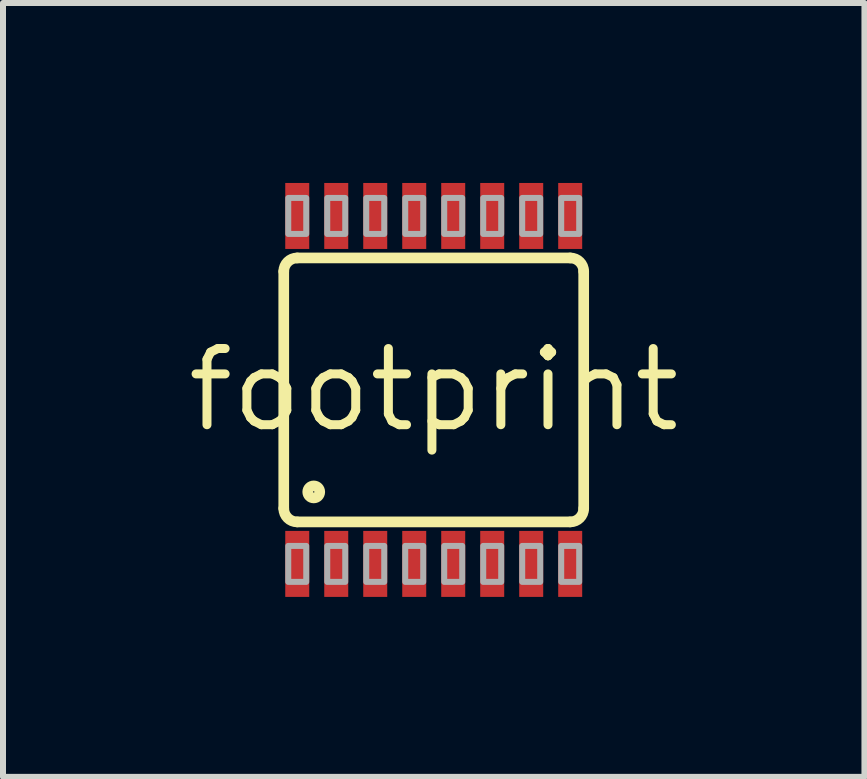
<source format=kicad_pcb>
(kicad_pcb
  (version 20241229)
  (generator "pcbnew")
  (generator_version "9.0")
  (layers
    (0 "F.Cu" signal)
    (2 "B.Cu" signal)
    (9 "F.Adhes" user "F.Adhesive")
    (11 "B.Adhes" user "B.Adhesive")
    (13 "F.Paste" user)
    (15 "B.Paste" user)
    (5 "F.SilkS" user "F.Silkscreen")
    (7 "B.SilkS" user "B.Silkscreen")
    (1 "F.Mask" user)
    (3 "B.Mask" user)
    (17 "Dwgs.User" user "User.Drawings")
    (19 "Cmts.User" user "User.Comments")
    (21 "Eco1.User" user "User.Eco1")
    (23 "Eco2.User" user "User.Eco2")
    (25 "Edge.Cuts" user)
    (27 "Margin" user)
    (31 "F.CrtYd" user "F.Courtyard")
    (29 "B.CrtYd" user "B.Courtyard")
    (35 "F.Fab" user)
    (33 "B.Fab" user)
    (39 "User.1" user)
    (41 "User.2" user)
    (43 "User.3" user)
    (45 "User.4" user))
  (footprint "footprint"
    (layer "F.Cu")
    (at 4.18 3.45)
    (property "Reference" "footprint" (at 0 0 0) (layer "F.SilkS") (effects (font (size 1.27 1.27) (thickness 0.15))))
    (fp_line (start -2.5 1.976) (end -2.5 -1.976) (stroke (width 0.178) (type solid)) (layer "F.SilkS"))
    (fp_line (start -2.276 -2.2) (end 2.276 -2.2) (stroke (width 0.178) (type solid)) (layer "F.SilkS"))
    (fp_line (start 2.276 2.2) (end -2.276 2.2) (stroke (width 0.178) (type solid)) (layer "F.SilkS"))
    (fp_line (start 2.5 -1.976) (end 2.5 1.976) (stroke (width 0.178) (type solid)) (layer "F.SilkS"))
    (fp_arc (start -2.5 -1.9764) (mid -2.434509 -2.134509) (end -2.2764 -2.2) (stroke (width 0.1778) (type solid)) (layer "F.SilkS"))
    (fp_arc (start -2.2764 2.2) (mid -2.434509 2.134509) (end -2.5 1.9764) (stroke (width 0.1778) (type solid)) (layer "F.SilkS"))
    (fp_arc (start 2.2764 -2.2) (mid 2.434509 -2.134509) (end 2.5 -1.9764) (stroke (width 0.1778) (type solid)) (layer "F.SilkS"))
    (fp_arc (start 2.5 1.9764) (mid 2.434509 2.134509) (end 2.2764 2.2) (stroke (width 0.1778) (type solid)) (layer "F.SilkS"))
    (fp_circle (center -2 1.7) (end -1.9 1.7) (stroke (width 0.178) (type solid)) (fill no) (layer "F.SilkS"))
    (fp_poly (pts (xy -2.425 3.2) (xy -2.125 3.2) (xy -2.125 2.6) (xy -2.425 2.6)) (stroke (width 0.1) (type solid)) (fill no) (layer "F.Fab"))
    (fp_poly (pts (xy -2.125 -3.2) (xy -2.425 -3.2) (xy -2.425 -2.6) (xy -2.125 -2.6)) (stroke (width 0.1) (type solid)) (fill no) (layer "F.Fab"))
    (fp_poly (pts (xy -1.775 3.2) (xy -1.475 3.2) (xy -1.475 2.6) (xy -1.775 2.6)) (stroke (width 0.1) (type solid)) (fill no) (layer "F.Fab"))
    (fp_poly (pts (xy -1.475 -3.2) (xy -1.775 -3.2) (xy -1.775 -2.6) (xy -1.475 -2.6)) (stroke (width 0.1) (type solid)) (fill no) (layer "F.Fab"))
    (fp_poly (pts (xy -1.125 3.2) (xy -0.825 3.2) (xy -0.825 2.6) (xy -1.125 2.6)) (stroke (width 0.1) (type solid)) (fill no) (layer "F.Fab"))
    (fp_poly (pts (xy -0.825 -3.2) (xy -1.125 -3.2) (xy -1.125 -2.6) (xy -0.825 -2.6)) (stroke (width 0.1) (type solid)) (fill no) (layer "F.Fab"))
    (fp_poly (pts (xy -0.475 3.2) (xy -0.175 3.2) (xy -0.175 2.6) (xy -0.475 2.6)) (stroke (width 0.1) (type solid)) (fill no) (layer "F.Fab"))
    (fp_poly (pts (xy -0.175 -3.2) (xy -0.475 -3.2) (xy -0.475 -2.6) (xy -0.175 -2.6)) (stroke (width 0.1) (type solid)) (fill no) (layer "F.Fab"))
    (fp_poly (pts (xy 0.175 3.2) (xy 0.475 3.2) (xy 0.475 2.6) (xy 0.175 2.6)) (stroke (width 0.1) (type solid)) (fill no) (layer "F.Fab"))
    (fp_poly (pts (xy 0.475 -3.2) (xy 0.175 -3.2) (xy 0.175 -2.6) (xy 0.475 -2.6)) (stroke (width 0.1) (type solid)) (fill no) (layer "F.Fab"))
    (fp_poly (pts (xy 0.825 3.2) (xy 1.125 3.2) (xy 1.125 2.6) (xy 0.825 2.6)) (stroke (width 0.1) (type solid)) (fill no) (layer "F.Fab"))
    (fp_poly (pts (xy 1.125 -3.2) (xy 0.825 -3.2) (xy 0.825 -2.6) (xy 1.125 -2.6)) (stroke (width 0.1) (type solid)) (fill no) (layer "F.Fab"))
    (fp_poly (pts (xy 1.475 3.2) (xy 1.775 3.2) (xy 1.775 2.6) (xy 1.475 2.6)) (stroke (width 0.1) (type solid)) (fill no) (layer "F.Fab"))
    (fp_poly (pts (xy 1.775 -3.2) (xy 1.475 -3.2) (xy 1.475 -2.6) (xy 1.775 -2.6)) (stroke (width 0.1) (type solid)) (fill no) (layer "F.Fab"))
    (fp_poly (pts (xy 2.125 3.2) (xy 2.425 3.2) (xy 2.425 2.6) (xy 2.125 2.6)) (stroke (width 0.1) (type solid)) (fill no) (layer "F.Fab"))
    (fp_poly (pts (xy 2.425 -3.2) (xy 2.125 -3.2) (xy 2.125 -2.6) (xy 2.425 -2.6)) (stroke (width 0.1) (type solid)) (fill no) (layer "F.Fab"))
    (pad "1" smd rect (at -2.275 2.9) (size 0.4 1.1) (layers "F.Cu" "F.Mask" "F.Paste"))
    (pad "2" smd rect (at -1.625 2.9) (size 0.4 1.1) (layers "F.Cu" "F.Mask" "F.Paste"))
    (pad "3" smd rect (at -0.975 2.9) (size 0.4 1.1) (layers "F.Cu" "F.Mask" "F.Paste"))
    (pad "4" smd rect (at -0.325 2.9) (size 0.4 1.1) (layers "F.Cu" "F.Mask" "F.Paste"))
    (pad "5" smd rect (at 0.325 2.9) (size 0.4 1.1) (layers "F.Cu" "F.Mask" "F.Paste"))
    (pad "6" smd rect (at 0.975 2.9) (size 0.4 1.1) (layers "F.Cu" "F.Mask" "F.Paste"))
    (pad "7" smd rect (at 1.625 2.9) (size 0.4 1.1) (layers "F.Cu" "F.Mask" "F.Paste"))
    (pad "8" smd rect (at 2.275 2.9) (size 0.4 1.1) (layers "F.Cu" "F.Mask" "F.Paste"))
    (pad "9" smd rect (at 2.275 -2.9 180) (size 0.4 1.1) (layers "F.Cu" "F.Mask" "F.Paste"))
    (pad "10" smd rect (at 1.625 -2.9 180) (size 0.4 1.1) (layers "F.Cu" "F.Mask" "F.Paste"))
    (pad "11" smd rect (at 0.975 -2.9 180) (size 0.4 1.1) (layers "F.Cu" "F.Mask" "F.Paste"))
    (pad "12" smd rect (at 0.325 -2.9 180) (size 0.4 1.1) (layers "F.Cu" "F.Mask" "F.Paste"))
    (pad "13" smd rect (at -0.325 -2.9 180) (size 0.4 1.1) (layers "F.Cu" "F.Mask" "F.Paste"))
    (pad "14" smd rect (at -0.975 -2.9 180) (size 0.4 1.1) (layers "F.Cu" "F.Mask" "F.Paste"))
    (pad "15" smd rect (at -1.625 -2.9 180) (size 0.4 1.1) (layers "F.Cu" "F.Mask" "F.Paste"))
    (pad "16" smd rect (at -2.275 -2.9 180) (size 0.4 1.1) (layers "F.Cu" "F.Mask" "F.Paste")))
  (gr_rect
    (start -3 -3)
    (end 11.36 9.9)
    (stroke (width 0.1) (type default))
    (fill no)
    (layer "Edge.Cuts")))
</source>
